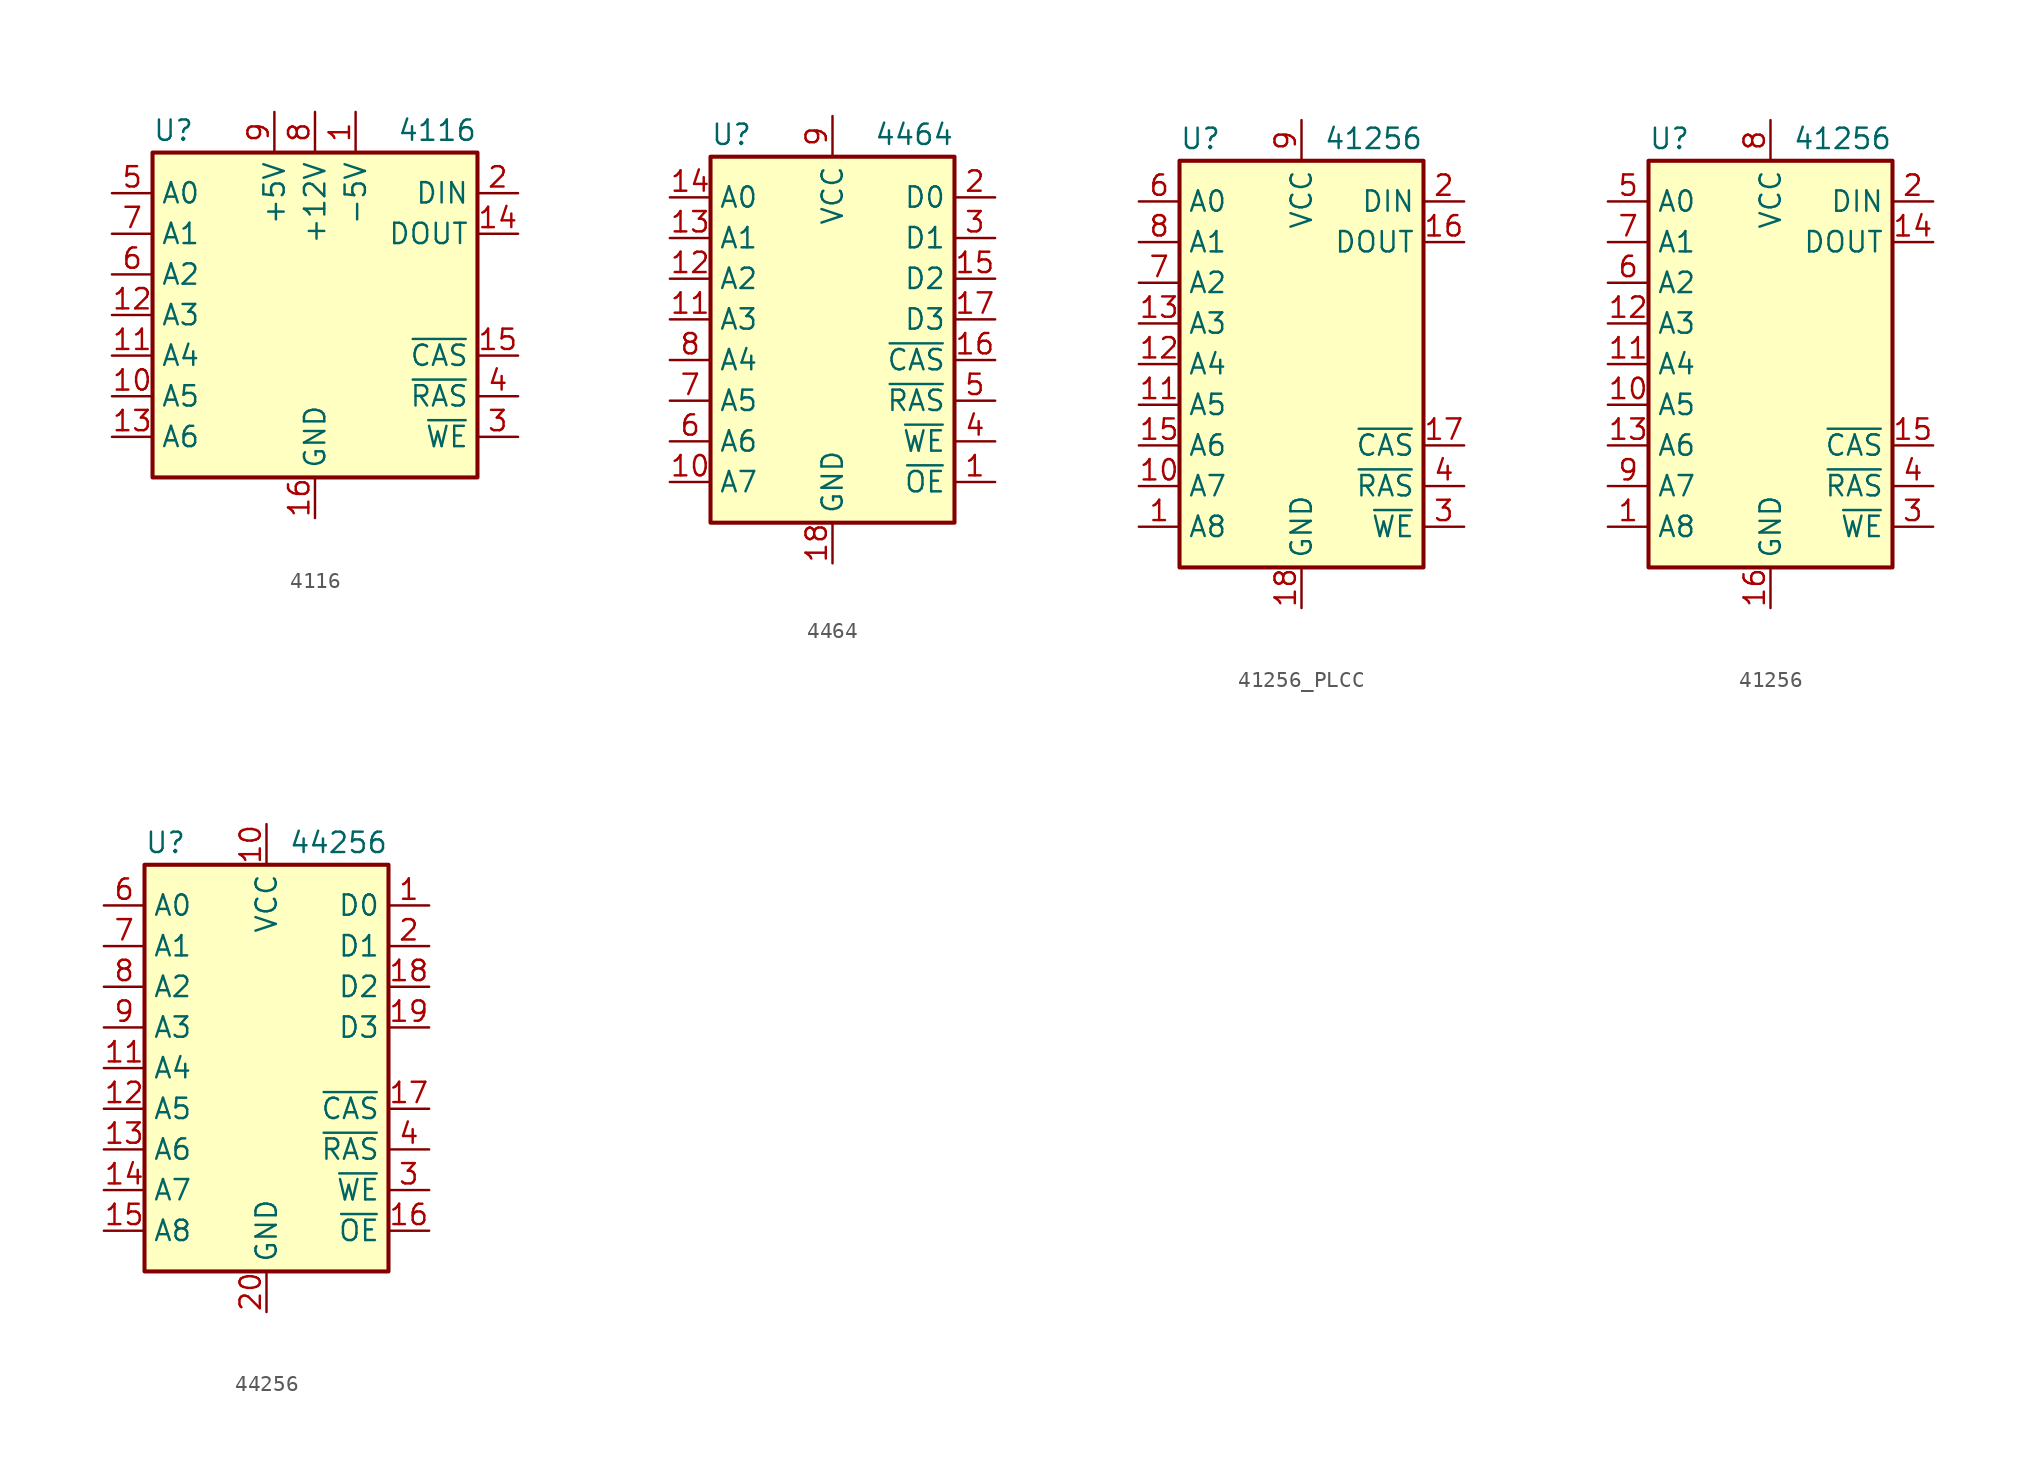
<source format=kicad_sym>
(kicad_symbol_lib
  (version 20231120)
  (generator "kicad_symbol_editor")
  (generator_version "8.0")
  (symbol "4116"
    (property "Reference" "U"
      (at -10.16 10.795 0)
      (effects (font (size 1.27 1.27)) (justify left bottom)))
    (property "Value" "4116"
      (at 10.16 10.795 0)
      (effects (font (size 1.27 1.27)) (justify right bottom)))
    (symbol "4116_0_1"
      (rectangle (start -10.16 10.16) (end 10.16 -10.16) (stroke (width 0.254) (type default)) (fill (type background))))
    (symbol "4116_1_0"
      (pin power_in line (at 2.54 12.7 270) (length 2.54) (name "-5V" (effects (font (size 1.27 1.27)))) (number "1" (effects (font (size 1.27 1.27)))))
      (pin power_in line (at 0 -12.7 90) (length 2.54) (name "GND" (effects (font (size 1.27 1.27)))) (number "16" (effects (font (size 1.27 1.27)))))
      (pin power_in line (at 0 12.7 270) (length 2.54) (name "+12V" (effects (font (size 1.27 1.27)))) (number "8" (effects (font (size 1.27 1.27)))))
      (pin power_in line (at -2.54 12.7 270) (length 2.54) (name "+5V" (effects (font (size 1.27 1.27)))) (number "9" (effects (font (size 1.27 1.27))))))
    (symbol "4116_1_1"
      (pin input line (at -12.7 -5.08 0) (length 2.54) (name "A5" (effects (font (size 1.27 1.27)))) (number "10" (effects (font (size 1.27 1.27)))))
      (pin input line (at -12.7 -2.54 0) (length 2.54) (name "A4" (effects (font (size 1.27 1.27)))) (number "11" (effects (font (size 1.27 1.27)))))
      (pin input line (at -12.7 0 0) (length 2.54) (name "A3" (effects (font (size 1.27 1.27)))) (number "12" (effects (font (size 1.27 1.27)))))
      (pin input line (at -12.7 -7.62 0) (length 2.54) (name "A6" (effects (font (size 1.27 1.27)))) (number "13" (effects (font (size 1.27 1.27)))))
      (pin output line (at 12.7 5.08 180) (length 2.54) (name "DOUT" (effects (font (size 1.27 1.27)))) (number "14" (effects (font (size 1.27 1.27)))))
      (pin input line (at 12.7 -2.54 180) (length 2.54) (name "~{CAS}" (effects (font (size 1.27 1.27)))) (number "15" (effects (font (size 1.27 1.27)))))
      (pin input line (at 12.7 7.62 180) (length 2.54) (name "DIN" (effects (font (size 1.27 1.27)))) (number "2" (effects (font (size 1.27 1.27)))))
      (pin input line (at 12.7 -7.62 180) (length 2.54) (name "~{WE}" (effects (font (size 1.27 1.27)))) (number "3" (effects (font (size 1.27 1.27)))))
      (pin input line (at 12.7 -5.08 180) (length 2.54) (name "~{RAS}" (effects (font (size 1.27 1.27)))) (number "4" (effects (font (size 1.27 1.27)))))
      (pin input line (at -12.7 7.62 0) (length 2.54) (name "A0" (effects (font (size 1.27 1.27)))) (number "5" (effects (font (size 1.27 1.27)))))
      (pin input line (at -12.7 2.54 0) (length 2.54) (name "A2" (effects (font (size 1.27 1.27)))) (number "6" (effects (font (size 1.27 1.27)))))
      (pin input line (at -12.7 5.08 0) (length 2.54) (name "A1" (effects (font (size 1.27 1.27)))) (number "7" (effects (font (size 1.27 1.27)))))))
  (symbol "4464"
    (property "Reference" "U"
      (at -7.62 10.795 0)
      (effects (font (size 1.27 1.27)) (justify left bottom)))
    (property "Value" "4464"
      (at 7.62 10.795 0)
      (effects (font (size 1.27 1.27)) (justify right bottom)))
    (symbol "4464_0_1"
      (rectangle (start -7.62 10.16) (end 7.62 -12.7) (stroke (width 0.254) (type default)) (fill (type background))))
    (symbol "4464_1_0"
      (pin power_in line (at 0 -15.24 90) (length 2.54) (name "GND" (effects (font (size 1.27 1.27)))) (number "18" (effects (font (size 1.27 1.27)))))
      (pin power_in line (at 0 12.7 270) (length 2.54) (name "VCC" (effects (font (size 1.27 1.27)))) (number "9" (effects (font (size 1.27 1.27))))))
    (symbol "4464_1_1"
      (pin input line (at 10.16 -10.16 180) (length 2.54) (name "~{OE}" (effects (font (size 1.27 1.27)))) (number "1" (effects (font (size 1.27 1.27)))))
      (pin input line (at -10.16 -10.16 0) (length 2.54) (name "A7" (effects (font (size 1.27 1.27)))) (number "10" (effects (font (size 1.27 1.27)))))
      (pin input line (at -10.16 0 0) (length 2.54) (name "A3" (effects (font (size 1.27 1.27)))) (number "11" (effects (font (size 1.27 1.27)))))
      (pin input line (at -10.16 2.54 0) (length 2.54) (name "A2" (effects (font (size 1.27 1.27)))) (number "12" (effects (font (size 1.27 1.27)))))
      (pin input line (at -10.16 5.08 0) (length 2.54) (name "A1" (effects (font (size 1.27 1.27)))) (number "13" (effects (font (size 1.27 1.27)))))
      (pin input line (at -10.16 7.62 0) (length 2.54) (name "A0" (effects (font (size 1.27 1.27)))) (number "14" (effects (font (size 1.27 1.27)))))
      (pin tri_state line (at 10.16 2.54 180) (length 2.54) (name "D2" (effects (font (size 1.27 1.27)))) (number "15" (effects (font (size 1.27 1.27)))))
      (pin input line (at 10.16 -2.54 180) (length 2.54) (name "~{CAS}" (effects (font (size 1.27 1.27)))) (number "16" (effects (font (size 1.27 1.27)))))
      (pin tri_state line (at 10.16 0 180) (length 2.54) (name "D3" (effects (font (size 1.27 1.27)))) (number "17" (effects (font (size 1.27 1.27)))))
      (pin tri_state line (at 10.16 7.62 180) (length 2.54) (name "D0" (effects (font (size 1.27 1.27)))) (number "2" (effects (font (size 1.27 1.27)))))
      (pin tri_state line (at 10.16 5.08 180) (length 2.54) (name "D1" (effects (font (size 1.27 1.27)))) (number "3" (effects (font (size 1.27 1.27)))))
      (pin input line (at 10.16 -7.62 180) (length 2.54) (name "~{WE}" (effects (font (size 1.27 1.27)))) (number "4" (effects (font (size 1.27 1.27)))))
      (pin input line (at 10.16 -5.08 180) (length 2.54) (name "~{RAS}" (effects (font (size 1.27 1.27)))) (number "5" (effects (font (size 1.27 1.27)))))
      (pin input line (at -10.16 -7.62 0) (length 2.54) (name "A6" (effects (font (size 1.27 1.27)))) (number "6" (effects (font (size 1.27 1.27)))))
      (pin input line (at -10.16 -5.08 0) (length 2.54) (name "A5" (effects (font (size 1.27 1.27)))) (number "7" (effects (font (size 1.27 1.27)))))
      (pin input line (at -10.16 -2.54 0) (length 2.54) (name "A4" (effects (font (size 1.27 1.27)))) (number "8" (effects (font (size 1.27 1.27)))))))
  (symbol "41256_PLCC"
    (property "Reference" "U"
      (at -7.62 13.335 0)
      (effects (font (size 1.27 1.27)) (justify left bottom)))
    (property "Value" "41256"
      (at 7.62 13.335 0)
      (effects (font (size 1.27 1.27)) (justify right bottom)))
    (symbol "41256_PLCC_0_1"
      (rectangle (start -7.62 12.7) (end 7.62 -12.7) (stroke (width 0.254) (type default)) (fill (type background))))
    (symbol "41256_PLCC_1_0"
      (pin power_in line (at 0 -15.24 90) (length 2.54) (name "GND" (effects (font (size 1.27 1.27)))) (number "18" (effects (font (size 1.27 1.27)))))
      (pin power_in line (at 0 15.24 270) (length 2.54) (name "VCC" (effects (font (size 1.27 1.27)))) (number "9" (effects (font (size 1.27 1.27))))))
    (symbol "41256_PLCC_1_1"
      (pin input line (at -10.16 -10.16 0) (length 2.54) (name "A8" (effects (font (size 1.27 1.27)))) (number "1" (effects (font (size 1.27 1.27)))))
      (pin input line (at -10.16 -7.62 0) (length 2.54) (name "A7" (effects (font (size 1.27 1.27)))) (number "10" (effects (font (size 1.27 1.27)))))
      (pin input line (at -10.16 -2.54 0) (length 2.54) (name "A5" (effects (font (size 1.27 1.27)))) (number "11" (effects (font (size 1.27 1.27)))))
      (pin input line (at -10.16 0 0) (length 2.54) (name "A4" (effects (font (size 1.27 1.27)))) (number "12" (effects (font (size 1.27 1.27)))))
      (pin input line (at -10.16 2.54 0) (length 2.54) (name "A3" (effects (font (size 1.27 1.27)))) (number "13" (effects (font (size 1.27 1.27)))))
      (pin no_connect line (at 10.16 0 180) (length 2.54) hide (name "NC" (effects (font (size 1.27 1.27)))) (number "14" (effects (font (size 1.27 1.27)))))
      (pin input line (at -10.16 -5.08 0) (length 2.54) (name "A6" (effects (font (size 1.27 1.27)))) (number "15" (effects (font (size 1.27 1.27)))))
      (pin output line (at 10.16 7.62 180) (length 2.54) (name "DOUT" (effects (font (size 1.27 1.27)))) (number "16" (effects (font (size 1.27 1.27)))))
      (pin input line (at 10.16 -5.08 180) (length 2.54) (name "~{CAS}" (effects (font (size 1.27 1.27)))) (number "17" (effects (font (size 1.27 1.27)))))
      (pin input line (at 10.16 10.16 180) (length 2.54) (name "DIN" (effects (font (size 1.27 1.27)))) (number "2" (effects (font (size 1.27 1.27)))))
      (pin input line (at 10.16 -10.16 180) (length 2.54) (name "~{WE}" (effects (font (size 1.27 1.27)))) (number "3" (effects (font (size 1.27 1.27)))))
      (pin input line (at 10.16 -7.62 180) (length 2.54) (name "~{RAS}" (effects (font (size 1.27 1.27)))) (number "4" (effects (font (size 1.27 1.27)))))
      (pin no_connect line (at 10.16 2.54 180) (length 2.54) hide (name "NC" (effects (font (size 1.27 1.27)))) (number "5" (effects (font (size 1.27 1.27)))))
      (pin input line (at -10.16 10.16 0) (length 2.54) (name "A0" (effects (font (size 1.27 1.27)))) (number "6" (effects (font (size 1.27 1.27)))))
      (pin input line (at -10.16 5.08 0) (length 2.54) (name "A2" (effects (font (size 1.27 1.27)))) (number "7" (effects (font (size 1.27 1.27)))))
      (pin input line (at -10.16 7.62 0) (length 2.54) (name "A1" (effects (font (size 1.27 1.27)))) (number "8" (effects (font (size 1.27 1.27)))))))
  (symbol "41256"
    (property "Reference" "U"
      (at -7.62 13.335 0)
      (effects (font (size 1.27 1.27)) (justify left bottom)))
    (property "Value" "41256"
      (at 7.62 13.335 0)
      (effects (font (size 1.27 1.27)) (justify right bottom)))
    (symbol "41256_0_1"
      (rectangle (start -7.62 12.7) (end 7.62 -12.7) (stroke (width 0.254) (type default)) (fill (type background))))
    (symbol "41256_1_0"
      (pin power_in line (at 0 -15.24 90) (length 2.54) (name "GND" (effects (font (size 1.27 1.27)))) (number "16" (effects (font (size 1.27 1.27)))))
      (pin power_in line (at 0 15.24 270) (length 2.54) (name "VCC" (effects (font (size 1.27 1.27)))) (number "8" (effects (font (size 1.27 1.27))))))
    (symbol "41256_1_1"
      (pin input line (at -10.16 -10.16 0) (length 2.54) (name "A8" (effects (font (size 1.27 1.27)))) (number "1" (effects (font (size 1.27 1.27)))))
      (pin input line (at -10.16 -2.54 0) (length 2.54) (name "A5" (effects (font (size 1.27 1.27)))) (number "10" (effects (font (size 1.27 1.27)))))
      (pin input line (at -10.16 0 0) (length 2.54) (name "A4" (effects (font (size 1.27 1.27)))) (number "11" (effects (font (size 1.27 1.27)))))
      (pin input line (at -10.16 2.54 0) (length 2.54) (name "A3" (effects (font (size 1.27 1.27)))) (number "12" (effects (font (size 1.27 1.27)))))
      (pin input line (at -10.16 -5.08 0) (length 2.54) (name "A6" (effects (font (size 1.27 1.27)))) (number "13" (effects (font (size 1.27 1.27)))))
      (pin output line (at 10.16 7.62 180) (length 2.54) (name "DOUT" (effects (font (size 1.27 1.27)))) (number "14" (effects (font (size 1.27 1.27)))))
      (pin input line (at 10.16 -5.08 180) (length 2.54) (name "~{CAS}" (effects (font (size 1.27 1.27)))) (number "15" (effects (font (size 1.27 1.27)))))
      (pin input line (at 10.16 10.16 180) (length 2.54) (name "DIN" (effects (font (size 1.27 1.27)))) (number "2" (effects (font (size 1.27 1.27)))))
      (pin input line (at 10.16 -10.16 180) (length 2.54) (name "~{WE}" (effects (font (size 1.27 1.27)))) (number "3" (effects (font (size 1.27 1.27)))))
      (pin input line (at 10.16 -7.62 180) (length 2.54) (name "~{RAS}" (effects (font (size 1.27 1.27)))) (number "4" (effects (font (size 1.27 1.27)))))
      (pin input line (at -10.16 10.16 0) (length 2.54) (name "A0" (effects (font (size 1.27 1.27)))) (number "5" (effects (font (size 1.27 1.27)))))
      (pin input line (at -10.16 5.08 0) (length 2.54) (name "A2" (effects (font (size 1.27 1.27)))) (number "6" (effects (font (size 1.27 1.27)))))
      (pin input line (at -10.16 7.62 0) (length 2.54) (name "A1" (effects (font (size 1.27 1.27)))) (number "7" (effects (font (size 1.27 1.27)))))
      (pin input line (at -10.16 -7.62 0) (length 2.54) (name "A7" (effects (font (size 1.27 1.27)))) (number "9" (effects (font (size 1.27 1.27)))))))
  (symbol "44256"
    (property "Reference" "U"
      (at -7.62 13.335 0)
      (effects (font (size 1.27 1.27)) (justify left bottom)))
    (property "Value" "44256"
      (at 7.62 13.335 0)
      (effects (font (size 1.27 1.27)) (justify right bottom)))
    (symbol "44256_0_1"
      (rectangle (start -7.62 12.7) (end 7.62 -12.7) (stroke (width 0.254) (type default)) (fill (type background))))
    (symbol "44256_1_0"
      (pin power_in line (at 0 15.24 270) (length 2.54) (name "VCC" (effects (font (size 1.27 1.27)))) (number "10" (effects (font (size 1.27 1.27)))))
      (pin power_in line (at 0 -15.24 90) (length 2.54) (name "GND" (effects (font (size 1.27 1.27)))) (number "20" (effects (font (size 1.27 1.27))))))
    (symbol "44256_1_1"
      (pin tri_state line (at 10.16 10.16 180) (length 2.54) (name "D0" (effects (font (size 1.27 1.27)))) (number "1" (effects (font (size 1.27 1.27)))))
      (pin input line (at -10.16 0 0) (length 2.54) (name "A4" (effects (font (size 1.27 1.27)))) (number "11" (effects (font (size 1.27 1.27)))))
      (pin input line (at -10.16 -2.54 0) (length 2.54) (name "A5" (effects (font (size 1.27 1.27)))) (number "12" (effects (font (size 1.27 1.27)))))
      (pin input line (at -10.16 -5.08 0) (length 2.54) (name "A6" (effects (font (size 1.27 1.27)))) (number "13" (effects (font (size 1.27 1.27)))))
      (pin input line (at -10.16 -7.62 0) (length 2.54) (name "A7" (effects (font (size 1.27 1.27)))) (number "14" (effects (font (size 1.27 1.27)))))
      (pin input line (at -10.16 -10.16 0) (length 2.54) (name "A8" (effects (font (size 1.27 1.27)))) (number "15" (effects (font (size 1.27 1.27)))))
      (pin input line (at 10.16 -10.16 180) (length 2.54) (name "~{OE}" (effects (font (size 1.27 1.27)))) (number "16" (effects (font (size 1.27 1.27)))))
      (pin input line (at 10.16 -2.54 180) (length 2.54) (name "~{CAS}" (effects (font (size 1.27 1.27)))) (number "17" (effects (font (size 1.27 1.27)))))
      (pin tri_state line (at 10.16 5.08 180) (length 2.54) (name "D2" (effects (font (size 1.27 1.27)))) (number "18" (effects (font (size 1.27 1.27)))))
      (pin tri_state line (at 10.16 2.54 180) (length 2.54) (name "D3" (effects (font (size 1.27 1.27)))) (number "19" (effects (font (size 1.27 1.27)))))
      (pin tri_state line (at 10.16 7.62 180) (length 2.54) (name "D1" (effects (font (size 1.27 1.27)))) (number "2" (effects (font (size 1.27 1.27)))))
      (pin input line (at 10.16 -7.62 180) (length 2.54) (name "~{WE}" (effects (font (size 1.27 1.27)))) (number "3" (effects (font (size 1.27 1.27)))))
      (pin input line (at 10.16 -5.08 180) (length 2.54) (name "~{RAS}" (effects (font (size 1.27 1.27)))) (number "4" (effects (font (size 1.27 1.27)))))
      (pin no_connect line (at 10.16 0 180) (length 2.54) hide (name "NC" (effects (font (size 1.27 1.27)))) (number "5" (effects (font (size 1.27 1.27)))))
      (pin input line (at -10.16 10.16 0) (length 2.54) (name "A0" (effects (font (size 1.27 1.27)))) (number "6" (effects (font (size 1.27 1.27)))))
      (pin input line (at -10.16 7.62 0) (length 2.54) (name "A1" (effects (font (size 1.27 1.27)))) (number "7" (effects (font (size 1.27 1.27)))))
      (pin input line (at -10.16 5.08 0) (length 2.54) (name "A2" (effects (font (size 1.27 1.27)))) (number "8" (effects (font (size 1.27 1.27)))))
      (pin input line (at -10.16 2.54 0) (length 2.54) (name "A3" (effects (font (size 1.27 1.27)))) (number "9" (effects (font (size 1.27 1.27))))))))
</source>
